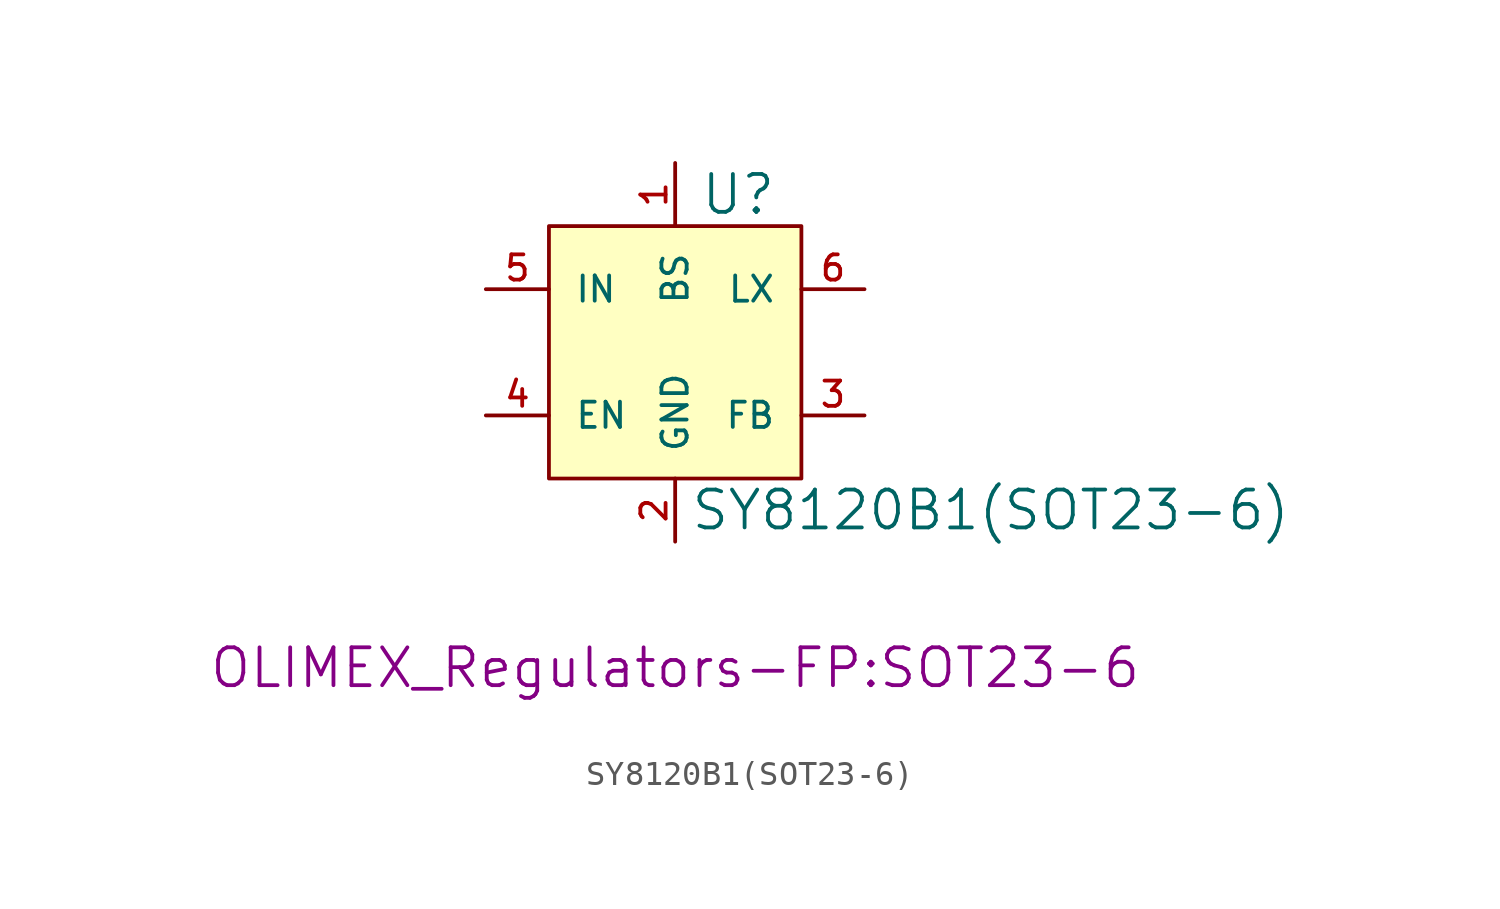
<source format=kicad_sym>
(kicad_symbol_lib
  (version 20220914)
  (generator kicad_symbol_editor)
  (symbol "SY8120B1(SOT23-6)"
    (pin_names
      (offset 1.016))
    (property "Reference" "U"
      (at 2.54 6.35 0)
      (effects (font (size 1.524 1.524))))
    (property "Value" "SY8120B1(SOT23-6)"
      (at 12.7 -6.35 0)
      (effects (font (size 1.524 1.524))))
    (property "Footprint" "OLIMEX_Regulators-FP:SOT23-6"
      (at 0 -12.7 0)
      (effects (font (size 1.524 1.524))))
    (property "Datasheet" ""
      (at 0 0 0)
      (effects (font (size 1.524 1.524))))
    (symbol "SY8120B1(SOT23-6)_0_1"
      (rectangle (start -5.08 5.08) (end 5.08 -5.08) (stroke (width 0) (type solid)) (fill (type background))))
    (symbol "SY8120B1(SOT23-6)_1_1"
      (pin bidirectional line (at 0 7.62 270) (length 2.54) (name "BS" (effects (font (size 1.016 1.016)))) (number "1" (effects (font (size 1.016 1.016)))))
      (pin passive line (at 0 -7.62 90) (length 2.54) (name "GND" (effects (font (size 1.016 1.016)))) (number "2" (effects (font (size 1.016 1.016)))))
      (pin input line (at 7.62 -2.54 180) (length 2.54) (name "FB" (effects (font (size 1.016 1.016)))) (number "3" (effects (font (size 1.016 1.016)))))
      (pin input line (at -7.62 -2.54 0) (length 2.54) (name "EN" (effects (font (size 1.016 1.016)))) (number "4" (effects (font (size 1.016 1.016)))))
      (pin power_in line (at -7.62 2.54 0) (length 2.54) (name "IN" (effects (font (size 1.016 1.016)))) (number "5" (effects (font (size 1.016 1.016)))))
      (pin power_out line (at 7.62 2.54 180) (length 2.54) (name "LX" (effects (font (size 1.016 1.016)))) (number "6" (effects (font (size 1.016 1.016))))))))
</source>
